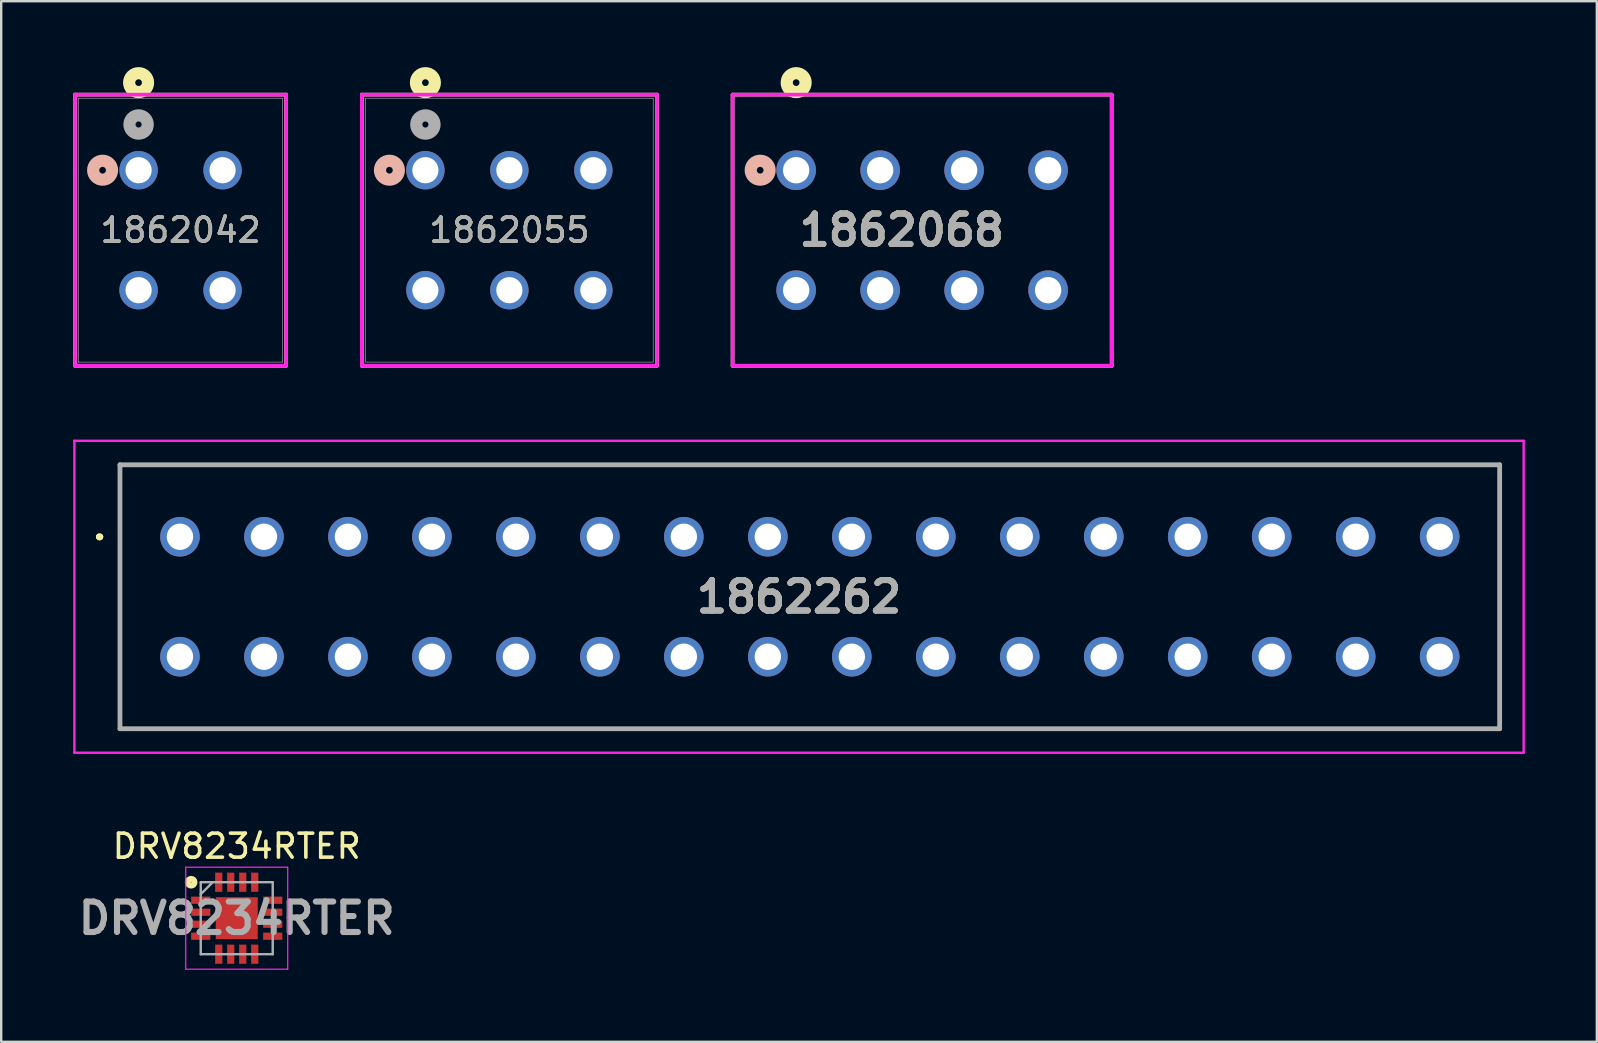
<source format=kicad_pcb>
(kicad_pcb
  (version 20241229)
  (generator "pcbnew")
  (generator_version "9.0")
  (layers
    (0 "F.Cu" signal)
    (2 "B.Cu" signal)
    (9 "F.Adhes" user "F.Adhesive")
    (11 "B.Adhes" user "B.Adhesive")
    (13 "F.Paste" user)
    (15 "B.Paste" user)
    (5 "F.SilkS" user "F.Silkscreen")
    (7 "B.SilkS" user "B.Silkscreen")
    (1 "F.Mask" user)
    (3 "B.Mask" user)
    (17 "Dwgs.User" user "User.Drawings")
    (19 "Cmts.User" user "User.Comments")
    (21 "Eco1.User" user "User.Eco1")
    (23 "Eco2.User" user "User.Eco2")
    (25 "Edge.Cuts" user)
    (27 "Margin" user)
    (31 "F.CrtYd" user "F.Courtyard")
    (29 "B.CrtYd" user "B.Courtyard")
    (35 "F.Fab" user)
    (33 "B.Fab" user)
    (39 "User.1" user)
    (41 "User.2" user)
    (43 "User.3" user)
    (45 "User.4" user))
  (footprint "1862068"
    (layer "F.Cu")
    (at 30.131 4.044)
    (property "Reference" "1862068" (at 4.4 2.5 0) (layer "F.SilkS") (effects (font (size 1.27 1.27) (thickness 0.254))))
    (attr through_hole)
    (fp_line (start -2.65 -3.15) (end 13.15 -3.15) (stroke (width 0.152) (type solid)) (layer "F.SilkS"))
    (fp_line (start -2.65 8.15) (end -2.65 -3.15) (stroke (width 0.152) (type solid)) (layer "F.SilkS"))
    (fp_line (start 13.15 -3.15) (end 13.15 8.15) (stroke (width 0.152) (type solid)) (layer "F.SilkS"))
    (fp_line (start 13.15 8.15) (end -2.65 8.15) (stroke (width 0.152) (type solid)) (layer "F.SilkS"))
    (fp_circle (center 0 -3.65) (end 0.14 -3.65) (stroke (width 0.508) (type solid)) (fill no) (layer "F.SilkS"))
    (fp_circle (center -1.5 0) (end -1.36 0) (stroke (width 0.508) (type solid)) (fill no) (layer "B.SilkS"))
    (fp_line (start -2.65 -3.15) (end 13.15 -3.15) (stroke (width 0.152) (type solid)) (layer "F.CrtYd"))
    (fp_line (start -2.65 8.15) (end -2.65 -3.15) (stroke (width 0.152) (type solid)) (layer "F.CrtYd"))
    (fp_line (start 13.15 -3.15) (end 13.15 8.15) (stroke (width 0.152) (type solid)) (layer "F.CrtYd"))
    (fp_line (start 13.15 8.15) (end -2.65 8.15) (stroke (width 0.152) (type solid)) (layer "F.CrtYd"))
    (fp_text user "${REFERENCE}" (at 4.4 2.5 0) (layer "F.Fab") (effects (font (size 1.27 1.27) (thickness 0.254))))
    (pad "1" thru_hole circle (at 0 0) (size 1.65 1.65) (drill 1.1) (layers "*.Cu" "*.Mask"))
    (pad "2" thru_hole circle (at 0 5) (size 1.65 1.65) (drill 1.1) (layers "*.Cu" "*.Mask"))
    (pad "3" thru_hole circle (at 3.5 0) (size 1.65 1.65) (drill 1.1) (layers "*.Cu" "*.Mask"))
    (pad "4" thru_hole circle (at 3.5 5) (size 1.65 1.65) (drill 1.1) (layers "*.Cu" "*.Mask"))
    (pad "5" thru_hole circle (at 7 0) (size 1.65 1.65) (drill 1.1) (layers "*.Cu" "*.Mask"))
    (pad "6" thru_hole circle (at 7 5) (size 1.65 1.65) (drill 1.1) (layers "*.Cu" "*.Mask"))
    (pad "7" thru_hole circle (at 10.5 0) (size 1.65 1.65) (drill 1.1) (layers "*.Cu" "*.Mask"))
    (pad "8" thru_hole circle (at 10.5 5) (size 1.65 1.65) (drill 1.1) (layers "*.Cu" "*.Mask")))
  (footprint "1862262"
    (layer "F.Cu")
    (at 4.45 19.32)
    (property "Reference" "1862262" (at 25.8 2.5 0) (layer "F.SilkS") (effects (font (size 1.27 1.27) (thickness 0.254))))
    (attr through_hole)
    (fp_line (start -3.4 0) (end -3.4 0) (stroke (width 0.2) (type solid)) (layer "F.SilkS"))
    (fp_line (start -3.4 0) (end -3.4 0) (stroke (width 0.2) (type solid)) (layer "F.SilkS"))
    (fp_line (start -3.3 0) (end -3.3 0) (stroke (width 0.2) (type solid)) (layer "F.SilkS"))
    (fp_line (start -2.5 -3) (end 55 -3) (stroke (width 0.1) (type solid)) (layer "F.SilkS"))
    (fp_line (start -2.5 8) (end -2.5 -3) (stroke (width 0.1) (type solid)) (layer "F.SilkS"))
    (fp_line (start 55 -3) (end 55 8) (stroke (width 0.1) (type solid)) (layer "F.SilkS"))
    (fp_line (start 55 8) (end -2.5 8) (stroke (width 0.1) (type solid)) (layer "F.SilkS"))
    (fp_arc (start -3.4 0) (mid -3.35 -0.05) (end -3.3 0) (stroke (width 0.2) (type solid)) (layer "F.SilkS"))
    (fp_arc (start -3.3 0) (mid -3.35 0.05) (end -3.4 0) (stroke (width 0.2) (type solid)) (layer "F.SilkS"))
    (fp_arc (start -3.3 0) (mid -3.35 0.05) (end -3.4 0) (stroke (width 0.2) (type solid)) (layer "F.SilkS"))
    (fp_line (start -4.4 -4) (end 56 -4) (stroke (width 0.1) (type solid)) (layer "F.CrtYd"))
    (fp_line (start -4.4 9) (end -4.4 -4) (stroke (width 0.1) (type solid)) (layer "F.CrtYd"))
    (fp_line (start 56 -4) (end 56 9) (stroke (width 0.1) (type solid)) (layer "F.CrtYd"))
    (fp_line (start 56 9) (end -4.4 9) (stroke (width 0.1) (type solid)) (layer "F.CrtYd"))
    (fp_line (start -2.5 -3) (end -2.5 8) (stroke (width 0.2) (type solid)) (layer "F.Fab"))
    (fp_line (start -2.5 8) (end 55 8) (stroke (width 0.2) (type solid)) (layer "F.Fab"))
    (fp_line (start 55 -3) (end -2.5 -3) (stroke (width 0.2) (type solid)) (layer "F.Fab"))
    (fp_line (start 55 8) (end 55 -3) (stroke (width 0.2) (type solid)) (layer "F.Fab"))
    (fp_text user "${REFERENCE}" (at 25.8 2.5 0) (layer "F.Fab") (effects (font (size 1.27 1.27) (thickness 0.254))))
    (pad "1" thru_hole circle (at 0 0) (size 1.65 1.65) (drill 1.1) (layers "*.Cu" "*.Mask"))
    (pad "2" thru_hole circle (at 3.5 0) (size 1.65 1.65) (drill 1.1) (layers "*.Cu" "*.Mask"))
    (pad "3" thru_hole circle (at 7 0) (size 1.65 1.65) (drill 1.1) (layers "*.Cu" "*.Mask"))
    (pad "4" thru_hole circle (at 10.5 0) (size 1.65 1.65) (drill 1.1) (layers "*.Cu" "*.Mask"))
    (pad "5" thru_hole circle (at 14 0) (size 1.65 1.65) (drill 1.1) (layers "*.Cu" "*.Mask"))
    (pad "6" thru_hole circle (at 17.5 0) (size 1.65 1.65) (drill 1.1) (layers "*.Cu" "*.Mask"))
    (pad "7" thru_hole circle (at 21 0) (size 1.65 1.65) (drill 1.1) (layers "*.Cu" "*.Mask"))
    (pad "8" thru_hole circle (at 24.5 0) (size 1.65 1.65) (drill 1.1) (layers "*.Cu" "*.Mask"))
    (pad "9" thru_hole circle (at 28 0) (size 1.65 1.65) (drill 1.1) (layers "*.Cu" "*.Mask"))
    (pad "10" thru_hole circle (at 31.5 0) (size 1.65 1.65) (drill 1.1) (layers "*.Cu" "*.Mask"))
    (pad "11" thru_hole circle (at 35 0) (size 1.65 1.65) (drill 1.1) (layers "*.Cu" "*.Mask"))
    (pad "12" thru_hole circle (at 38.5 0) (size 1.65 1.65) (drill 1.1) (layers "*.Cu" "*.Mask"))
    (pad "13" thru_hole circle (at 42 0) (size 1.65 1.65) (drill 1.1) (layers "*.Cu" "*.Mask"))
    (pad "14" thru_hole circle (at 45.5 0) (size 1.65 1.65) (drill 1.1) (layers "*.Cu" "*.Mask"))
    (pad "15" thru_hole circle (at 49 0) (size 1.65 1.65) (drill 1.1) (layers "*.Cu" "*.Mask"))
    (pad "16" thru_hole circle (at 52.5 0) (size 1.65 1.65) (drill 1.1) (layers "*.Cu" "*.Mask"))
    (pad "17" thru_hole circle (at 52.5 5) (size 1.65 1.65) (drill 1.1) (layers "*.Cu" "*.Mask"))
    (pad "18" thru_hole circle (at 49 5) (size 1.65 1.65) (drill 1.1) (layers "*.Cu" "*.Mask"))
    (pad "19" thru_hole circle (at 45.5 5) (size 1.65 1.65) (drill 1.1) (layers "*.Cu" "*.Mask"))
    (pad "20" thru_hole circle (at 42 5) (size 1.65 1.65) (drill 1.1) (layers "*.Cu" "*.Mask"))
    (pad "21" thru_hole circle (at 38.5 5) (size 1.65 1.65) (drill 1.1) (layers "*.Cu" "*.Mask"))
    (pad "22" thru_hole circle (at 35 5) (size 1.65 1.65) (drill 1.1) (layers "*.Cu" "*.Mask"))
    (pad "23" thru_hole circle (at 31.5 5) (size 1.65 1.65) (drill 1.1) (layers "*.Cu" "*.Mask"))
    (pad "24" thru_hole circle (at 28 5) (size 1.65 1.65) (drill 1.1) (layers "*.Cu" "*.Mask"))
    (pad "25" thru_hole circle (at 24.5 5) (size 1.65 1.65) (drill 1.1) (layers "*.Cu" "*.Mask"))
    (pad "26" thru_hole circle (at 21 5) (size 1.65 1.65) (drill 1.1) (layers "*.Cu" "*.Mask"))
    (pad "27" thru_hole circle (at 17.5 5) (size 1.65 1.65) (drill 1.1) (layers "*.Cu" "*.Mask"))
    (pad "28" thru_hole circle (at 14 5) (size 1.65 1.65) (drill 1.1) (layers "*.Cu" "*.Mask"))
    (pad "29" thru_hole circle (at 10.5 5) (size 1.65 1.65) (drill 1.1) (layers "*.Cu" "*.Mask"))
    (pad "30" thru_hole circle (at 7 5) (size 1.65 1.65) (drill 1.1) (layers "*.Cu" "*.Mask"))
    (pad "31" thru_hole circle (at 3.5 5) (size 1.65 1.65) (drill 1.1) (layers "*.Cu" "*.Mask"))
    (pad "32" thru_hole circle (at 0 5) (size 1.65 1.65) (drill 1.1) (layers "*.Cu" "*.Mask")))
  (footprint "1862042"
    (layer "F.Cu")
    (at 6.226 9.044)
    (property "Reference" "1862042" (at -1.75 -2.5 0) (unlocked yes) (layer "F.SilkS") (effects (font (size 1 1) (thickness 0.15))))
    (attr through_hole)
    (fp_line (start -6.15 -8.15) (end -6.15 3.15) (stroke (width 0.152) (type solid)) (layer "F.SilkS"))
    (fp_line (start -6.15 3.15) (end 2.65 3.15) (stroke (width 0.152) (type solid)) (layer "F.SilkS"))
    (fp_line (start 2.65 -8.15) (end -6.15 -8.15) (stroke (width 0.152) (type solid)) (layer "F.SilkS"))
    (fp_line (start 2.65 3.15) (end 2.65 -8.15) (stroke (width 0.152) (type solid)) (layer "F.SilkS"))
    (fp_circle (center -3.5 -8.65) (end -3.36 -8.65) (stroke (width 0.508) (type solid)) (fill no) (layer "F.SilkS"))
    (fp_circle (center -5 -5) (end -4.86 -5) (stroke (width 0.508) (type solid)) (fill no) (layer "B.SilkS"))
    (fp_line (start -6.15 -8.15) (end -6.15 3.15) (stroke (width 0.152) (type solid)) (layer "F.CrtYd"))
    (fp_line (start -6.15 3.15) (end 2.65 3.15) (stroke (width 0.152) (type solid)) (layer "F.CrtYd"))
    (fp_line (start 2.65 -8.15) (end -6.15 -8.15) (stroke (width 0.152) (type solid)) (layer "F.CrtYd"))
    (fp_line (start 2.65 3.15) (end 2.65 -8.15) (stroke (width 0.152) (type solid)) (layer "F.CrtYd"))
    (fp_line (start -6.005 -8) (end -6.005 2.998) (stroke (width 0.025) (type solid)) (layer "F.Fab"))
    (fp_line (start -6.005 2.998) (end 2.505 2.998) (stroke (width 0.025) (type solid)) (layer "F.Fab"))
    (fp_line (start 2.505 -8) (end -6.005 -8) (stroke (width 0.025) (type solid)) (layer "F.Fab"))
    (fp_line (start 2.505 2.998) (end 2.505 -8) (stroke (width 0.025) (type solid)) (layer "F.Fab"))
    (fp_circle (center -3.5 -6.905) (end -3.119 -6.905) (stroke (width 0.508) (type solid)) (fill no) (layer "F.Fab"))
    (fp_text user "${REFERENCE}" (at -1.75 -2.5 0) (unlocked yes) (layer "F.Fab") (effects (font (size 1 1) (thickness 0.15))))
    (pad "1" thru_hole circle (at -3.5 -5) (size 1.6 1.6) (drill 1.092) (layers "*.Cu" "*.Mask"))
    (pad "2" thru_hole circle (at -3.5 0) (size 1.6 1.6) (drill 1.092) (layers "*.Cu" "*.Mask"))
    (pad "3" thru_hole circle (at 0.000001 -5) (size 1.6 1.6) (drill 1.092) (layers "*.Cu" "*.Mask"))
    (pad "4" thru_hole circle (at 0.000001 0) (size 1.6 1.6) (drill 1.092) (layers "*.Cu" "*.Mask")))
  (footprint "DRV8234RTER"
    (layer "F.Cu")
    (at 6.816 35.218)
    (property "Reference" "DRV8234RTER" (at 0 -3 0) (layer "F.SilkS") (effects (font (size 1 1) (thickness 0.15))))
    (attr smd)
    (fp_circle (center -1.9 -1.5) (end -1.76 -1.5) (stroke (width 0.25) (type solid)) (fill no) (layer "F.SilkS"))
    (fp_line (start -2.125 -2.125) (end 2.125 -2.125) (stroke (width 0.05) (type solid)) (layer "F.CrtYd"))
    (fp_line (start -2.125 2.125) (end -2.125 -2.125) (stroke (width 0.05) (type solid)) (layer "F.CrtYd"))
    (fp_line (start 2.125 -2.125) (end 2.125 2.125) (stroke (width 0.05) (type solid)) (layer "F.CrtYd"))
    (fp_line (start 2.125 2.125) (end -2.125 2.125) (stroke (width 0.05) (type solid)) (layer "F.CrtYd"))
    (fp_line (start -1.5 -1.5) (end 1.5 -1.5) (stroke (width 0.1) (type solid)) (layer "F.Fab"))
    (fp_line (start -1.5 -1) (end -1 -1.5) (stroke (width 0.1) (type solid)) (layer "F.Fab"))
    (fp_line (start -1.5 1.5) (end -1.5 -1.5) (stroke (width 0.1) (type solid)) (layer "F.Fab"))
    (fp_line (start 1.5 -1.5) (end 1.5 1.5) (stroke (width 0.1) (type solid)) (layer "F.Fab"))
    (fp_line (start 1.5 1.5) (end -1.5 1.5) (stroke (width 0.1) (type solid)) (layer "F.Fab"))
    (fp_text user "${REFERENCE}" (at 0 0 0) (layer "F.Fab") (effects (font (size 1.27 1.27) (thickness 0.254))))
    (pad "1" smd rect (at -1.5 -0.75 90) (size 0.3 0.8) (layers "F.Cu" "F.Mask" "F.Paste"))
    (pad "2" smd rect (at -1.5 -0.25 90) (size 0.3 0.8) (layers "F.Cu" "F.Mask" "F.Paste"))
    (pad "3" smd rect (at -1.5 0.25 90) (size 0.3 0.8) (layers "F.Cu" "F.Mask" "F.Paste"))
    (pad "4" smd rect (at -1.5 0.75 90) (size 0.3 0.8) (layers "F.Cu" "F.Mask" "F.Paste"))
    (pad "5" smd rect (at -0.75 1.5) (size 0.3 0.8) (layers "F.Cu" "F.Mask" "F.Paste"))
    (pad "6" smd rect (at -0.25 1.5) (size 0.3 0.8) (layers "F.Cu" "F.Mask" "F.Paste"))
    (pad "7" smd rect (at 0.25 1.5) (size 0.3 0.8) (layers "F.Cu" "F.Mask" "F.Paste"))
    (pad "8" smd rect (at 0.75 1.5) (size 0.3 0.8) (layers "F.Cu" "F.Mask" "F.Paste"))
    (pad "9" smd rect (at 1.5 0.75 90) (size 0.3 0.8) (layers "F.Cu" "F.Mask" "F.Paste"))
    (pad "10" smd rect (at 1.5 0.25 90) (size 0.3 0.8) (layers "F.Cu" "F.Mask" "F.Paste"))
    (pad "11" smd rect (at 1.5 -0.25 90) (size 0.3 0.8) (layers "F.Cu" "F.Mask" "F.Paste"))
    (pad "12" smd rect (at 1.5 -0.75 90) (size 0.3 0.8) (layers "F.Cu" "F.Mask" "F.Paste"))
    (pad "13" smd rect (at 0.75 -1.5) (size 0.3 0.8) (layers "F.Cu" "F.Mask" "F.Paste"))
    (pad "14" smd rect (at 0.25 -1.5) (size 0.3 0.8) (layers "F.Cu" "F.Mask" "F.Paste"))
    (pad "15" smd rect (at -0.25 -1.5) (size 0.3 0.8) (layers "F.Cu" "F.Mask" "F.Paste"))
    (pad "16" smd rect (at -0.75 -1.5) (size 0.3 0.8) (layers "F.Cu" "F.Mask" "F.Paste"))
    (pad "17" smd rect (at 0 0) (size 1.75 1.75) (layers "F.Cu" "F.Mask" "F.Paste")))
  (footprint "1862055"
    (layer "F.Cu")
    (at 21.679 9.044)
    (property "Reference" "1862055" (at -3.5 -2.5 0) (unlocked yes) (layer "F.SilkS") (effects (font (size 1 1) (thickness 0.15))))
    (attr through_hole)
    (fp_line (start -9.65 -8.15) (end -9.65 3.15) (stroke (width 0.152) (type solid)) (layer "F.SilkS"))
    (fp_line (start -9.65 3.15) (end 2.65 3.15) (stroke (width 0.152) (type solid)) (layer "F.SilkS"))
    (fp_line (start 2.65 -8.15) (end -9.65 -8.15) (stroke (width 0.152) (type solid)) (layer "F.SilkS"))
    (fp_line (start 2.65 3.15) (end 2.65 -8.15) (stroke (width 0.152) (type solid)) (layer "F.SilkS"))
    (fp_circle (center -7 -8.65) (end -6.86 -8.65) (stroke (width 0.508) (type solid)) (fill no) (layer "F.SilkS"))
    (fp_circle (center -8.5 -5) (end -8.36 -5) (stroke (width 0.508) (type solid)) (fill no) (layer "B.SilkS"))
    (fp_line (start -9.65 -8.15) (end -9.65 3.15) (stroke (width 0.152) (type solid)) (layer "F.CrtYd"))
    (fp_line (start -9.65 3.15) (end 2.65 3.15) (stroke (width 0.152) (type solid)) (layer "F.CrtYd"))
    (fp_line (start 2.65 -8.15) (end -9.65 -8.15) (stroke (width 0.152) (type solid)) (layer "F.CrtYd"))
    (fp_line (start 2.65 3.15) (end 2.65 -8.15) (stroke (width 0.152) (type solid)) (layer "F.CrtYd"))
    (fp_line (start -9.494 -8) (end -9.494 2.998) (stroke (width 0.025) (type solid)) (layer "F.Fab"))
    (fp_line (start -9.494 2.998) (end 2.494 2.998) (stroke (width 0.025) (type solid)) (layer "F.Fab"))
    (fp_line (start 2.494 -8) (end -9.494 -8) (stroke (width 0.025) (type solid)) (layer "F.Fab"))
    (fp_line (start 2.494 2.998) (end 2.494 -8) (stroke (width 0.025) (type solid)) (layer "F.Fab"))
    (fp_circle (center -7 -6.905) (end -6.619 -6.905) (stroke (width 0.508) (type solid)) (fill no) (layer "F.Fab"))
    (fp_text user "${REFERENCE}" (at -3.5 -2.5 0) (unlocked yes) (layer "F.Fab") (effects (font (size 1 1) (thickness 0.15))))
    (pad "1" thru_hole circle (at -7 -5) (size 1.6 1.6) (drill 1.092) (layers "*.Cu" "*.Mask"))
    (pad "2" thru_hole circle (at -7 0) (size 1.6 1.6) (drill 1.092) (layers "*.Cu" "*.Mask"))
    (pad "3" thru_hole circle (at -3.5 -5) (size 1.6 1.6) (drill 1.092) (layers "*.Cu" "*.Mask"))
    (pad "4" thru_hole circle (at -3.5 0) (size 1.6 1.6) (drill 1.092) (layers "*.Cu" "*.Mask"))
    (pad "5" thru_hole circle (at 0 -5) (size 1.6 1.6) (drill 1.092) (layers "*.Cu" "*.Mask"))
    (pad "6" thru_hole circle (at 0 0) (size 1.6 1.6) (drill 1.092) (layers "*.Cu" "*.Mask")))
  (gr_rect
    (start -3 -3)
    (end 63.5 40.368)
    (stroke (width 0.1) (type default))
    (fill no)
    (layer "Edge.Cuts")))
</source>
